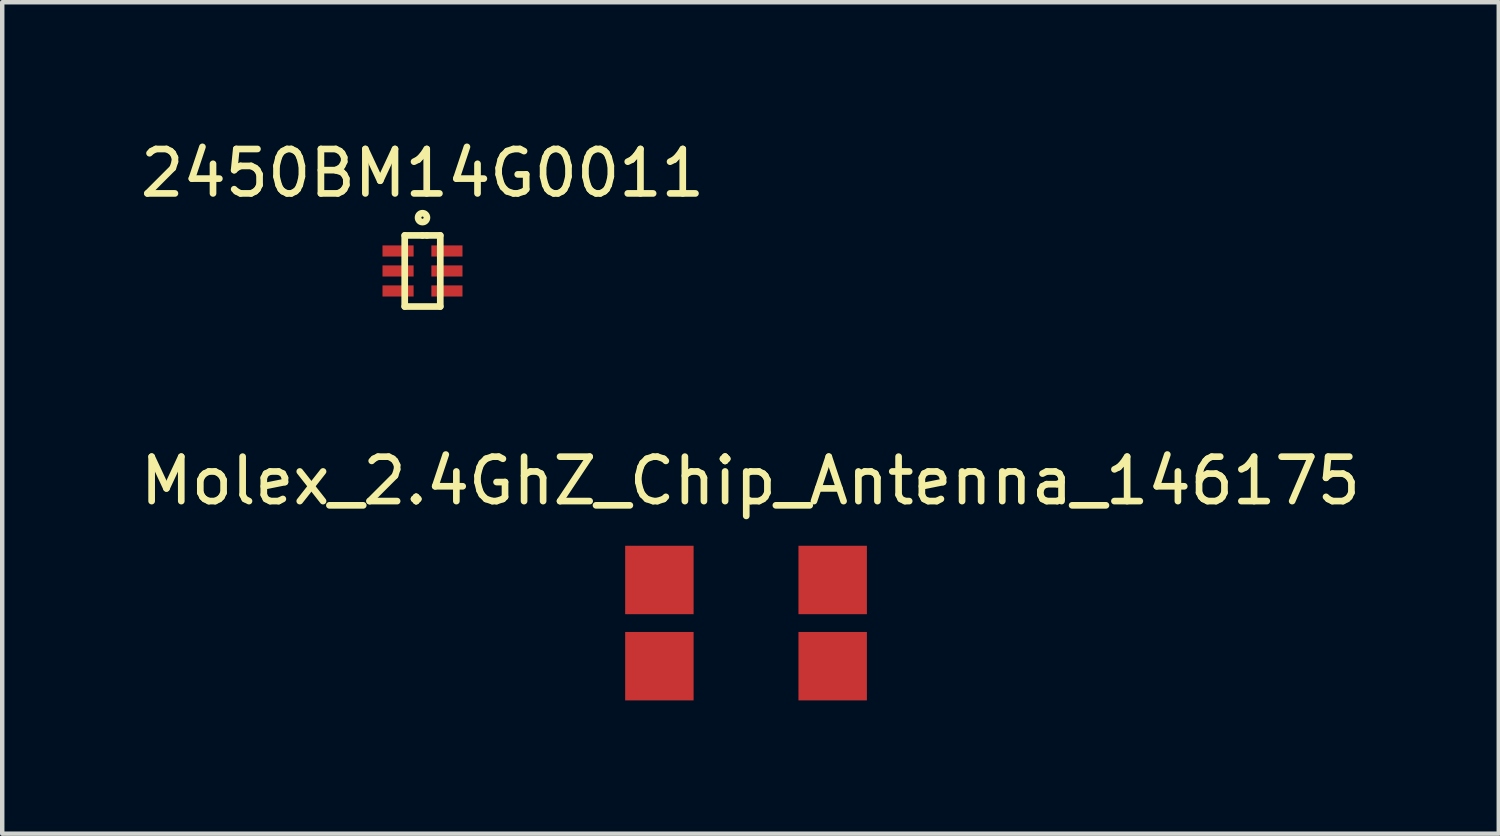
<source format=kicad_pcb>
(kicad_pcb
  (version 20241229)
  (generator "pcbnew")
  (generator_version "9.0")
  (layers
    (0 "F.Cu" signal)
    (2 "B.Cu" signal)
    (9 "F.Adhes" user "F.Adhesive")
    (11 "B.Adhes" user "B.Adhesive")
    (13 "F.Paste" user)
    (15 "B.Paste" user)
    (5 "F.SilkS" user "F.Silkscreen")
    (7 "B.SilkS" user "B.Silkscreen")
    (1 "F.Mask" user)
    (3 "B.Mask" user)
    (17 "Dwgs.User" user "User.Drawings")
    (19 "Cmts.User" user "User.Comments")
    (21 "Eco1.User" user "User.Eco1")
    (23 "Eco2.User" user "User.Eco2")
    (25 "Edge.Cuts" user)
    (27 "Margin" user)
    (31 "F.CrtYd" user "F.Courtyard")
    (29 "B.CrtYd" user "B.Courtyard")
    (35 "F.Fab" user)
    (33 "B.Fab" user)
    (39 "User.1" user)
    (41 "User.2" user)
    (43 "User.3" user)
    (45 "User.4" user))
  (footprint "2450BM14G0011"
    (layer "F.Cu")
    (at 6.458 3.048)
    (property "Reference" "2450BM14G0011" (at 0 -2.2 0) (layer "F.SilkS") (effects (font (size 1 1) (thickness 0.15))))
    (attr through_hole)
    (fp_line (start -0.4 -0.8) (end -0.4 0.8) (stroke (width 0.15) (type solid)) (layer "F.SilkS"))
    (fp_line (start -0.4 0.8) (end 0.4 0.8) (stroke (width 0.15) (type solid)) (layer "F.SilkS"))
    (fp_line (start 0 -0.8) (end -0.4 -0.8) (stroke (width 0.15) (type solid)) (layer "F.SilkS"))
    (fp_line (start 0.1 -0.8) (end 0 -0.8) (stroke (width 0.15) (type solid)) (layer "F.SilkS"))
    (fp_line (start 0.4 -0.8) (end 0.1 -0.8) (stroke (width 0.15) (type solid)) (layer "F.SilkS"))
    (fp_line (start 0.4 0.8) (end 0.4 -0.8) (stroke (width 0.15) (type solid)) (layer "F.SilkS"))
    (fp_circle (center 0 -1.2) (end 0 -1.3) (stroke (width 0.15) (type solid)) (fill no) (layer "F.SilkS"))
    (pad "1" smd rect (at -0.55 -0.45) (size 0.7 0.25) (layers "F.Cu" "F.Mask" "F.Paste"))
    (pad "2" smd rect (at -0.55 0) (size 0.7 0.25) (layers "F.Cu" "F.Mask" "F.Paste"))
    (pad "3" smd rect (at -0.55 0.45) (size 0.7 0.25) (layers "F.Cu" "F.Mask" "F.Paste"))
    (pad "4" smd rect (at 0.55 0.45) (size 0.7 0.25) (layers "F.Cu" "F.Mask" "F.Paste"))
    (pad "5" smd rect (at 0.55 0) (size 0.7 0.25) (layers "F.Cu" "F.Mask" "F.Paste"))
    (pad "6" smd rect (at 0.55 -0.45) (size 0.7 0.25) (layers "F.Cu" "F.Mask" "F.Paste")))
  (footprint "Molex_2.4GhZ_Chip_Antenna_146175"
    (layer "F.Cu")
    (at 13.739 10.972)
    (property "Reference" "Molex_2.4GhZ_Chip_Antenna_146175" (at 0.1 -3.2 0) (layer "F.SilkS") (effects (font (size 1 1) (thickness 0.15))))
    (attr through_hole)
    (pad "1" smd rect (at -1.95 -0.97) (size 1.54 1.54) (layers "F.Cu" "F.Mask" "F.Paste"))
    (pad "2" smd rect (at -1.95 0.97) (size 1.54 1.54) (layers "F.Cu" "F.Mask" "F.Paste"))
    (pad "3" smd rect (at 1.95 -0.97) (size 1.54 1.54) (layers "F.Cu" "F.Mask" "F.Paste"))
    (pad "3" smd rect (at 1.95 0.97) (size 1.54 1.54) (layers "F.Cu" "F.Mask" "F.Paste")))
  (gr_rect
    (start -3 -3)
    (end 30.679 15.711)
    (stroke (width 0.1) (type default))
    (fill no)
    (layer "Edge.Cuts")))
</source>
